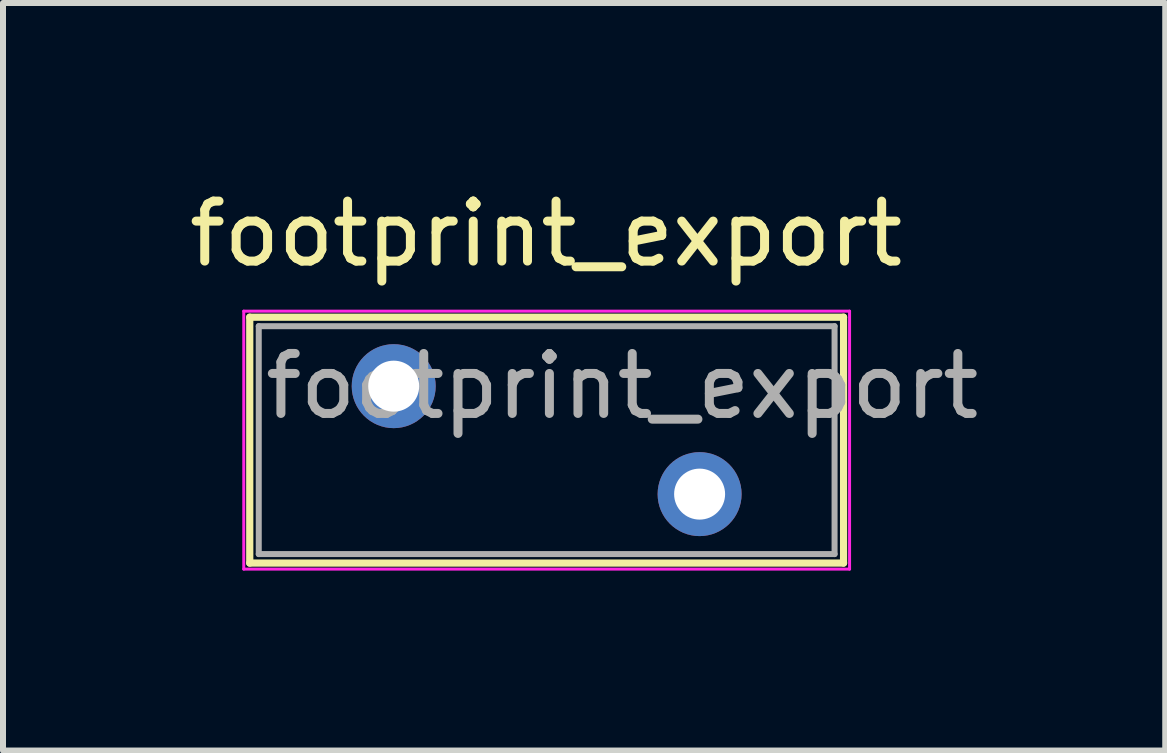
<source format=kicad_pcb>
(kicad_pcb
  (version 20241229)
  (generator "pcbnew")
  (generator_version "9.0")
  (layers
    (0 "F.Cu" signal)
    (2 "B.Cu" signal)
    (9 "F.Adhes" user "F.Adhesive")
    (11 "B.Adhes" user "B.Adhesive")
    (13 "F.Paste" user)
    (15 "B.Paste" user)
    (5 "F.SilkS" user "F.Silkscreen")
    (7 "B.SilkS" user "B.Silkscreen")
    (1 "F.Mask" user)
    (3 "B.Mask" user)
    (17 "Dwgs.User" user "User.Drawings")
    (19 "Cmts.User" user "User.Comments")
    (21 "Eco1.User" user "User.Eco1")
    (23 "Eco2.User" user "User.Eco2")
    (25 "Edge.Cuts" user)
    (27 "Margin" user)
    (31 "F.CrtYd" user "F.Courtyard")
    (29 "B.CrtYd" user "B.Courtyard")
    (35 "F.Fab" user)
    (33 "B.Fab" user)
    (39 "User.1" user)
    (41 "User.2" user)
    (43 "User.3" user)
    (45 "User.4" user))
  (footprint "footprint_export"
    (layer "F.Cu")
    (at 3.514 3.388)
    (property "Reference" "footprint_export" (at 2.54 -2.54 0) (layer "F.SilkS") (effects (font (size 1 1) (thickness 0.15))))
    (attr through_hole)
    (fp_line (start -2.4 -1.15) (end -2.4 2.95) (stroke (width 0.12) (type solid)) (layer "F.SilkS"))
    (fp_line (start -2.4 -1.15) (end 7.5 -1.15) (stroke (width 0.12) (type solid)) (layer "F.SilkS"))
    (fp_line (start -2.4 2.95) (end 7.5 2.95) (stroke (width 0.12) (type solid)) (layer "F.SilkS"))
    (fp_line (start 7.5 -1.15) (end 7.5 2.95) (stroke (width 0.12) (type solid)) (layer "F.SilkS"))
    (fp_line (start -2.5 -1.25) (end -2.5 3.05) (stroke (width 0.05) (type solid)) (layer "F.CrtYd"))
    (fp_line (start -2.5 -1.25) (end 7.6 -1.25) (stroke (width 0.05) (type solid)) (layer "F.CrtYd"))
    (fp_line (start -2.5 3.05) (end 7.6 3.05) (stroke (width 0.05) (type solid)) (layer "F.CrtYd"))
    (fp_line (start 7.6 -1.25) (end 7.6 3.05) (stroke (width 0.05) (type solid)) (layer "F.CrtYd"))
    (fp_line (start -2.25 -1) (end -2.25 2.8) (stroke (width 0.1) (type solid)) (layer "F.Fab"))
    (fp_line (start -2.25 -1) (end 7.35 -1) (stroke (width 0.1) (type solid)) (layer "F.Fab"))
    (fp_line (start -2.25 2.8) (end 7.35 2.8) (stroke (width 0.1) (type solid)) (layer "F.Fab"))
    (fp_line (start 7.35 -1) (end 7.35 2.8) (stroke (width 0.1) (type solid)) (layer "F.Fab"))
    (fp_text user "${REFERENCE}" (at 3.81 0 0) (layer "F.Fab") (effects (font (size 1 1) (thickness 0.15))))
    (pad "1" thru_hole circle (at 0 0) (size 1.4 1.4) (drill 0.85) (layers "*.Cu" "*.Mask"))
    (pad "2" thru_hole circle (at 5.1 1.8) (size 1.4 1.4) (drill 0.85) (layers "*.Cu" "*.Mask")))
  (gr_rect
    (start -3 -3)
    (end 16.377 9.463)
    (stroke (width 0.1) (type default))
    (fill no)
    (layer "Edge.Cuts")))
</source>
